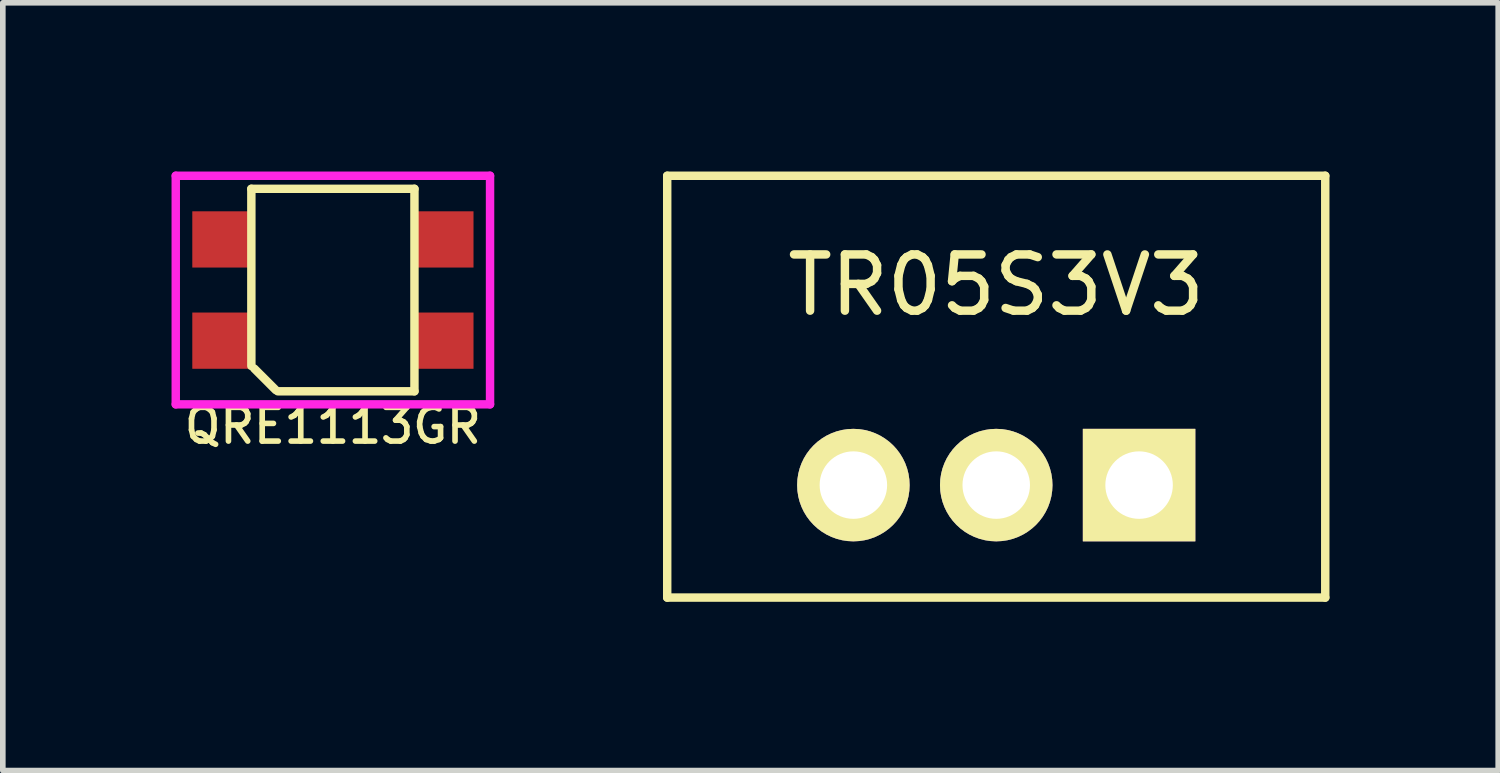
<source format=kicad_pcb>
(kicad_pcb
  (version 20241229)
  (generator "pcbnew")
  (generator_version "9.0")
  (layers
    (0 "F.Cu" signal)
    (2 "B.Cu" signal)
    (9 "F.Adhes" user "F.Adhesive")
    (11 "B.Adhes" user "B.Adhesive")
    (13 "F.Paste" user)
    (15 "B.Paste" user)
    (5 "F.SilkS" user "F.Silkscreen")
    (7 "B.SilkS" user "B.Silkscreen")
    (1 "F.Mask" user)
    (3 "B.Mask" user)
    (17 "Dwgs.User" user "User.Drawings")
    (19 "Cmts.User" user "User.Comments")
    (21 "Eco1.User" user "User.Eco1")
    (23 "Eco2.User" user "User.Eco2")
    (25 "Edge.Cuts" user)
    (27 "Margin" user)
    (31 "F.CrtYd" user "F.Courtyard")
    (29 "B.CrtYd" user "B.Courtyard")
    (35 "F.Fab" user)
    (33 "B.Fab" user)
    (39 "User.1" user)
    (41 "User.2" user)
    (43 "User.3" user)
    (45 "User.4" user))
  (footprint "QRE1113GR"
    (layer "F.Cu")
    (at 2.869 2.107)
    (property "Reference" "QRE1113GR" (at 0 2.413 0) (layer "F.SilkS") (effects (font (size 0.6 0.6) (thickness 0.1))))
    (attr through_hole)
    (fp_line (start -1.45 -1.8) (end -1.45 1.35) (stroke (width 0.15) (type solid)) (layer "F.SilkS"))
    (fp_line (start -1.397 1.397) (end -1.016 1.778) (stroke (width 0.15) (type solid)) (layer "F.SilkS"))
    (fp_line (start -0.98 1.8) (end 1.45 1.8) (stroke (width 0.15) (type solid)) (layer "F.SilkS"))
    (fp_line (start 1.45 -1.8) (end -1.45 -1.8) (stroke (width 0.15) (type solid)) (layer "F.SilkS"))
    (fp_line (start 1.45 1.8) (end 1.45 -1.8) (stroke (width 0.15) (type solid)) (layer "F.SilkS"))
    (fp_line (start -2.794 -2.032) (end -2.794 2.032) (stroke (width 0.15) (type solid)) (layer "F.CrtYd"))
    (fp_line (start -2.794 2.032) (end 2.794 2.032) (stroke (width 0.15) (type solid)) (layer "F.CrtYd"))
    (fp_line (start 2.794 -2.032) (end -2.794 -2.032) (stroke (width 0.15) (type solid)) (layer "F.CrtYd"))
    (fp_line (start 2.794 2.032) (end 2.794 -2.032) (stroke (width 0.15) (type solid)) (layer "F.CrtYd"))
    (pad "1" smd rect (at -1.95 0.9) (size 1.1 1) (layers "F.Cu" "F.Mask" "F.Paste"))
    (pad "2" smd rect (at 1.95 0.9) (size 1.1 1) (layers "F.Cu" "F.Mask" "F.Paste"))
    (pad "3" smd rect (at 1.95 -0.9) (size 1.1 1) (layers "F.Cu" "F.Mask" "F.Paste"))
    (pad "4" smd rect (at -1.95 -0.9) (size 1.1 1) (layers "F.Cu" "F.Mask" "F.Paste")))
  (footprint "TR05S3V3"
    (layer "F.Cu")
    (at 14.663 5.575)
    (property "Reference" "TR05S3V3" (at 0 -3.556 0) (layer "F.SilkS") (effects (font (size 1 1) (thickness 0.15))))
    (attr through_hole)
    (fp_line (start -5.85 -5.5) (end 5.85 -5.5) (stroke (width 0.15) (type solid)) (layer "F.SilkS"))
    (fp_line (start -5.85 2) (end -5.85 -5.5) (stroke (width 0.15) (type solid)) (layer "F.SilkS"))
    (fp_line (start -5.85 2) (end 5.85 2) (stroke (width 0.15) (type solid)) (layer "F.SilkS"))
    (fp_line (start 5.85 2) (end 5.85 -5.5) (stroke (width 0.15) (type solid)) (layer "F.SilkS"))
    (pad "GND" thru_hole circle (at 0 0) (size 2 2) (drill 1.2) (layers "*.Cu" "*.Mask" "F.SilkS"))
    (pad "VI" thru_hole circle (at -2.54 0) (size 2 2) (drill 1.2) (layers "*.Cu" "*.Mask" "F.SilkS"))
    (pad "VO" thru_hole rect (at 2.54 0) (size 2 2) (drill 1.2) (layers "*.Cu" "*.Mask" "F.SilkS")))
  (gr_rect
    (start -3 -3)
    (end 23.588 10.65)
    (stroke (width 0.1) (type default))
    (fill no)
    (layer "Edge.Cuts")))
</source>
